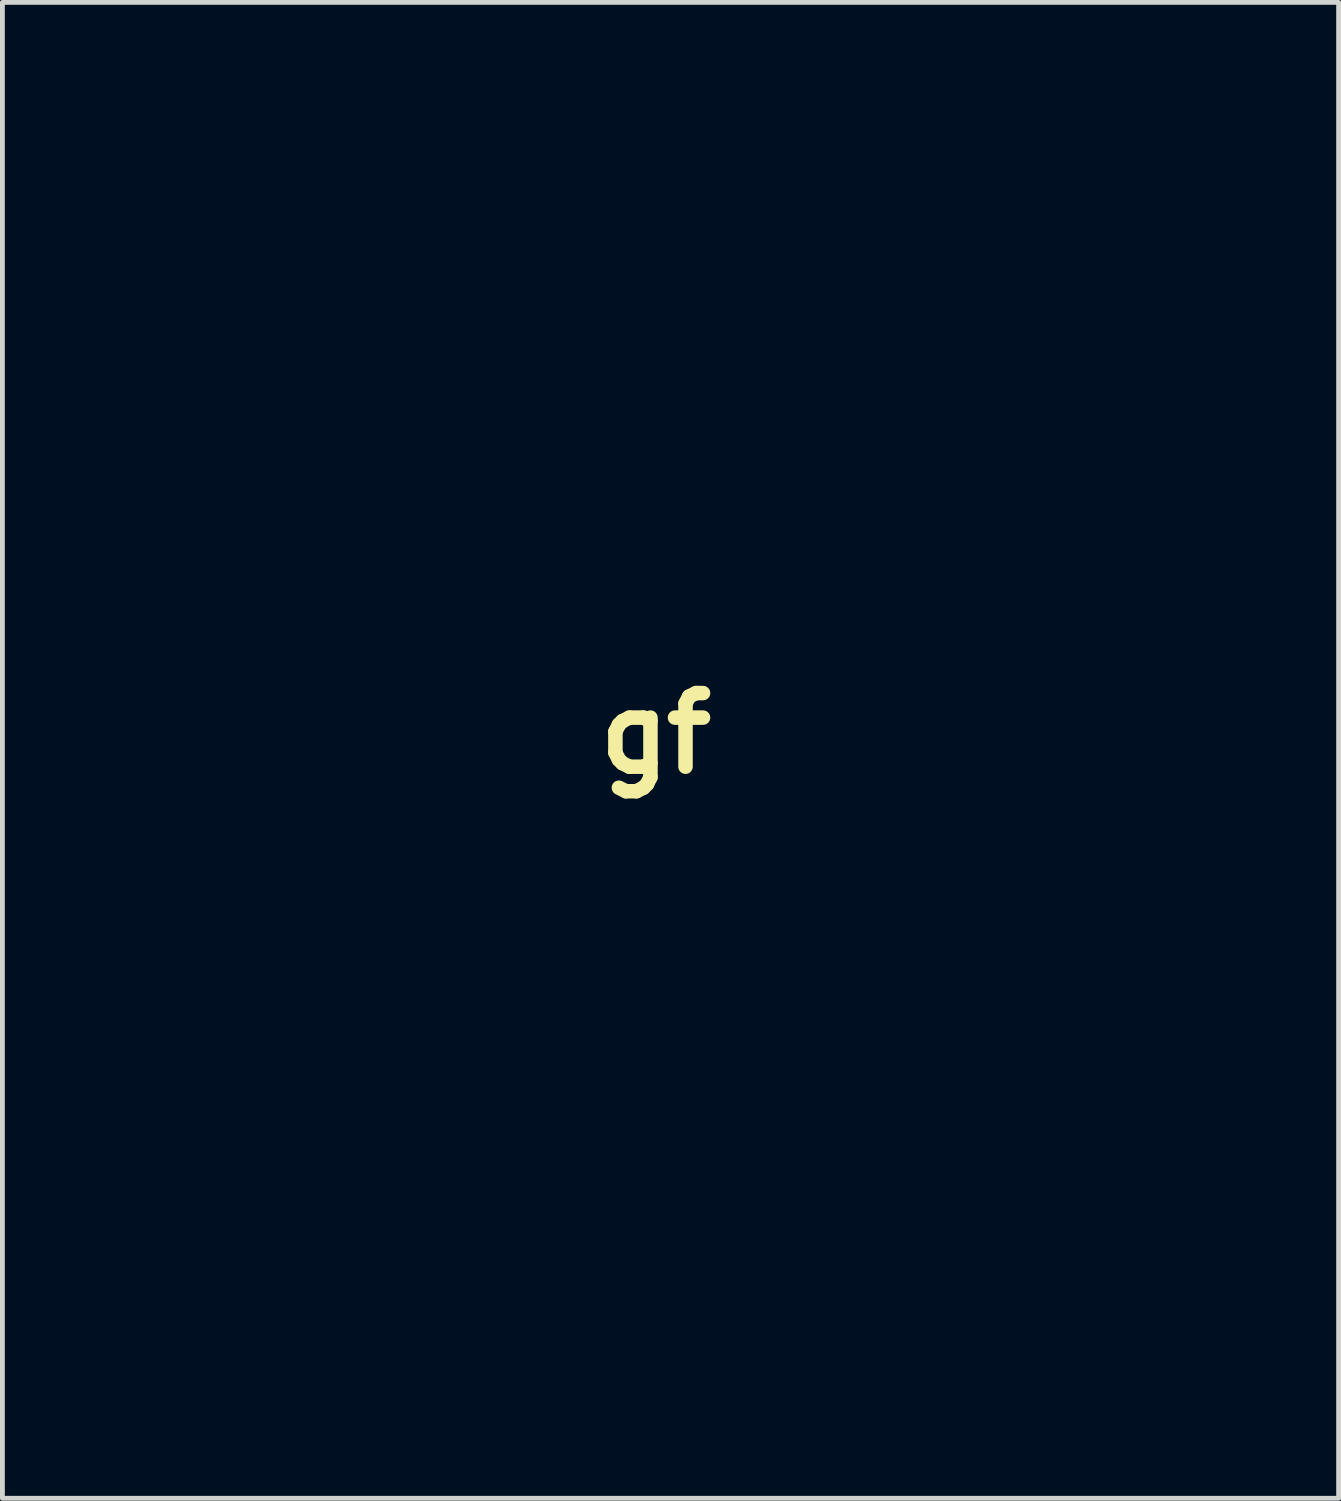
<source format=kicad_pcb>
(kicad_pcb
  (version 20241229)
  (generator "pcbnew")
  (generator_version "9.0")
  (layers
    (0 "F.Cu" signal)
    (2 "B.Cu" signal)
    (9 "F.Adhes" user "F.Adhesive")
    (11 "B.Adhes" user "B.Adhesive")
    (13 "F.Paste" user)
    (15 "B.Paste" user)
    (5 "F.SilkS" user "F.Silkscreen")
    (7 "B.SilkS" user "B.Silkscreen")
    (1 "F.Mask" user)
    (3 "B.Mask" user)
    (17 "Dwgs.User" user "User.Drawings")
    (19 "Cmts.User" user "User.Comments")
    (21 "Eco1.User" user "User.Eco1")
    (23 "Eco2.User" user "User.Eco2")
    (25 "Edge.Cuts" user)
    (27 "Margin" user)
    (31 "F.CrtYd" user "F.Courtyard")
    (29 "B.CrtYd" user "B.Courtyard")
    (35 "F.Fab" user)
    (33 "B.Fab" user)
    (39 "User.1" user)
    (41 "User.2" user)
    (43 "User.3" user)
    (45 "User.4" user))
  (footprint "gf"
    (layer "F.Cu")
    (at 10.525 12.133)
    (property "Reference" "gf" (at 0 0 0) (layer "F.SilkS") (effects (font (size 1.524 1.524) (thickness 0.3))))
    (attr through_hole)
    (fp_poly (pts (xy -5.207 8.128) (xy -4.191 8.128) (xy -4.191 8.805) (xy -6.096 8.805) (xy -6.096 5.546) (xy -5.207 5.546) (xy -5.207 8.128)) (stroke (width 0.01) (type solid)) (fill yes) (layer "F.Mask"))
    (fp_poly (pts (xy 3.589 5.895) (xy 3.577 6.244) (xy 3.143 6.256) (xy 2.709 6.268) (xy 2.709 8.805) (xy 1.82 8.805) (xy 1.82 6.265) (xy 0.931 6.265) (xy 0.931 5.546) (xy 3.602 5.546) (xy 3.589 5.895)) (stroke (width 0.01) (type solid)) (fill yes) (layer "F.Mask"))
    (fp_poly (pts (xy -4.072 9.811) (xy -4.085 10.054) (xy -5.419 10.054) (xy -5.419 10.509) (xy -5.419 10.964) (xy -4.318 10.964) (xy -4.318 11.43) (xy -5.419 11.43) (xy -5.419 12.827) (xy -6.054 12.827) (xy -6.054 9.567) (xy -4.06 9.567) (xy -4.072 9.811)) (stroke (width 0.01) (type solid)) (fill yes) (layer "F.Mask"))
    (fp_poly (pts (xy -0.096 -6.178) (xy -0.086 -6.109) (xy -0.085 -6.007) (xy -0.087 -5.888) (xy -0.092 -5.813) (xy -0.095 -5.8) (xy -0.121 -5.833) (xy -0.172 -5.917) (xy -0.197 -5.96) (xy -0.288 -6.119) (xy -0.186 -6.167) (xy -0.126 -6.191) (xy -0.096 -6.178)) (stroke (width 0.01) (type solid)) (fill yes) (layer "F.Mask"))
    (fp_poly (pts (xy 6.689 10.075) (xy 5.373 10.075) (xy 5.397 10.932) (xy 5.98 10.931) (xy 6.562 10.929) (xy 6.562 11.43) (xy 5.376 11.43) (xy 5.376 12.319) (xy 6.689 12.319) (xy 6.689 12.827) (xy 4.784 12.827) (xy 4.784 9.567) (xy 6.689 9.567) (xy 6.689 10.075)) (stroke (width 0.01) (type solid)) (fill yes) (layer "F.Mask"))
    (fp_poly (pts (xy 6.858 6.265) (xy 5.673 6.265) (xy 5.673 6.816) (xy 6.735 6.816) (xy 6.71 7.472) (xy 6.191 7.484) (xy 5.673 7.496) (xy 5.673 8.086) (xy 6.858 8.086) (xy 6.858 8.805) (xy 4.741 8.805) (xy 4.741 5.546) (xy 6.858 5.546) (xy 6.858 6.265)) (stroke (width 0.01) (type solid)) (fill yes) (layer "F.Mask"))
    (fp_poly (pts (xy 3.217 10.081) (xy 2.572 10.071) (xy 1.926 10.062) (xy 1.926 10.94) (xy 2.508 10.928) (xy 3.09 10.915) (xy 3.09 11.43) (xy 1.905 11.43) (xy 1.905 12.319) (xy 3.217 12.319) (xy 3.217 12.827) (xy 1.312 12.827) (xy 1.312 9.567) (xy 3.217 9.567) (xy 3.217 10.081)) (stroke (width 0.01) (type solid)) (fill yes) (layer "F.Mask"))
    (fp_poly (pts (xy 0.542 -4.931) (xy 0.642 -4.929) (xy 0.677 -4.926) (xy 0.663 -4.888) (xy 0.626 -4.799) (xy 0.61 -4.761) (xy 0.577 -4.64) (xy 0.547 -4.456) (xy 0.523 -4.227) (xy 0.515 -4.106) (xy 0.487 -3.611) (xy 0.318 -3.884) (xy 0.194 -4.058) (xy 0.041 -4.243) (xy -0.095 -4.383) (xy -0.21 -4.493) (xy -0.295 -4.58) (xy -0.337 -4.629) (xy -0.339 -4.633) (xy -0.302 -4.65) (xy -0.217 -4.657) (xy -0.109 -4.68) (xy 0.004 -4.739) (xy 0.092 -4.813) (xy 0.127 -4.882) (xy 0.169 -4.913) (xy 0.293 -4.929) (xy 0.402 -4.932) (xy 0.542 -4.931)) (stroke (width 0.01) (type solid)) (fill yes) (layer "F.Mask"))
    (fp_poly (pts (xy -1.118 -9.647) (xy -0.967 -9.547) (xy -0.829 -9.44) (xy -0.49 -9.133) (xy -0.213 -8.801) (xy -0.013 -8.467) (xy 0.082 -8.185) (xy 0.123 -7.854) (xy 0.111 -7.486) (xy 0.047 -7.097) (xy -0.069 -6.701) (xy -0.1 -6.618) (xy -0.168 -6.468) (xy -0.238 -6.385) (xy -0.326 -6.366) (xy -0.446 -6.41) (xy -0.614 -6.512) (xy -0.623 -6.518) (xy -0.847 -6.689) (xy -1.069 -6.897) (xy -1.269 -7.12) (xy -1.428 -7.337) (xy -1.496 -7.458) (xy -1.616 -7.8) (xy -1.667 -8.184) (xy -1.65 -8.605) (xy -1.564 -9.055) (xy -1.432 -9.471) (xy -1.374 -9.6) (xy -1.31 -9.673) (xy -1.229 -9.689) (xy -1.118 -9.647)) (stroke (width 0.01) (type solid)) (fill yes) (layer "F.Mask"))
    (fp_poly (pts (xy 11.134 8.805) (xy 10.252 8.805) (xy 10.132 8.638) (xy 10.072 8.551) (xy 9.975 8.406) (xy 9.851 8.219) (xy 9.71 8.003) (xy 9.559 7.772) (xy 9.546 7.751) (xy 9.404 7.533) (xy 9.276 7.341) (xy 9.169 7.186) (xy 9.092 7.08) (xy 9.052 7.031) (xy 9.049 7.029) (xy 9.039 7.069) (xy 9.031 7.181) (xy 9.024 7.353) (xy 9.019 7.573) (xy 9.017 7.828) (xy 9.017 7.916) (xy 9.017 8.805) (xy 8.128 8.805) (xy 8.128 5.546) (xy 8.583 5.546) (xy 9.038 5.546) (xy 9.631 6.463) (xy 10.223 7.38) (xy 10.235 6.463) (xy 10.246 5.546) (xy 11.134 5.546) (xy 11.134 8.805)) (stroke (width 0.01) (type solid)) (fill yes) (layer "F.Mask"))
    (fp_poly (pts (xy -0.368 -2.63) (xy -0.01 -2.492) (xy 0.307 -2.281) (xy 0.478 -2.119) (xy 0.635 -1.936) (xy 0.776 -1.746) (xy 0.892 -1.564) (xy 0.972 -1.407) (xy 1.008 -1.291) (xy 1.008 -1.261) (xy 0.957 -1.182) (xy 0.835 -1.111) (xy 0.659 -1.049) (xy 0.442 -0.999) (xy 0.199 -0.963) (xy -0.055 -0.943) (xy -0.306 -0.941) (xy -0.538 -0.959) (xy -0.737 -1) (xy -0.766 -1.009) (xy -1.083 -1.156) (xy -1.393 -1.38) (xy -1.689 -1.677) (xy -1.945 -2.011) (xy -2.056 -2.187) (xy -2.112 -2.317) (xy -2.105 -2.411) (xy -2.031 -2.483) (xy -1.884 -2.543) (xy -1.672 -2.601) (xy -1.2 -2.684) (xy -0.765 -2.694) (xy -0.368 -2.63)) (stroke (width 0.01) (type solid)) (fill yes) (layer "F.Mask"))
    (fp_poly (pts (xy 2.633 -5.978) (xy 2.685 -5.887) (xy 2.715 -5.724) (xy 2.728 -5.573) (xy 2.727 -5.153) (xy 2.662 -4.749) (xy 2.539 -4.378) (xy 2.361 -4.057) (xy 2.323 -4.004) (xy 2.156 -3.829) (xy 1.929 -3.651) (xy 1.663 -3.483) (xy 1.381 -3.34) (xy 1.106 -3.235) (xy 0.936 -3.19) (xy 0.829 -3.18) (xy 0.769 -3.204) (xy 0.746 -3.24) (xy 0.721 -3.353) (xy 0.702 -3.526) (xy 0.692 -3.733) (xy 0.691 -3.948) (xy 0.699 -4.148) (xy 0.711 -4.258) (xy 0.803 -4.633) (xy 0.969 -4.971) (xy 1.209 -5.273) (xy 1.525 -5.541) (xy 1.918 -5.774) (xy 2.214 -5.907) (xy 2.41 -5.98) (xy 2.545 -6.007) (xy 2.633 -5.978)) (stroke (width 0.01) (type solid)) (fill yes) (layer "F.Mask"))
    (fp_poly (pts (xy -1.89 -6.795) (xy -1.512 -6.732) (xy -1.191 -6.626) (xy -0.916 -6.471) (xy -0.694 -6.279) (xy -0.477 -6.01) (xy -0.289 -5.683) (xy -0.141 -5.326) (xy -0.066 -5.051) (xy -0.053 -4.963) (xy -0.079 -4.915) (xy -0.163 -4.881) (xy -0.198 -4.871) (xy -0.361 -4.844) (xy -0.579 -4.832) (xy -0.826 -4.834) (xy -1.073 -4.85) (xy -1.295 -4.88) (xy -1.344 -4.89) (xy -1.696 -5.005) (xy -2.007 -5.19) (xy -2.26 -5.421) (xy -2.417 -5.618) (xy -2.578 -5.867) (xy -2.724 -6.138) (xy -2.84 -6.399) (xy -2.878 -6.507) (xy -2.909 -6.625) (xy -2.908 -6.708) (xy -2.867 -6.763) (xy -2.774 -6.796) (xy -2.619 -6.811) (xy -2.392 -6.815) (xy -2.334 -6.815) (xy -1.89 -6.795)) (stroke (width 0.01) (type solid)) (fill yes) (layer "F.Mask"))
    (fp_poly (pts (xy 1.238 -1.205) (xy 1.305 -1.14) (xy 1.375 -1.007) (xy 1.444 -0.821) (xy 1.507 -0.596) (xy 1.561 -0.35) (xy 1.601 -0.096) (xy 1.624 0.149) (xy 1.627 0.254) (xy 1.616 0.536) (xy 1.572 0.753) (xy 1.489 0.918) (xy 1.36 1.047) (xy 1.185 1.15) (xy 0.917 1.25) (xy 0.655 1.291) (xy 0.434 1.272) (xy 0.284 1.223) (xy 0.196 1.16) (xy 0.173 1.076) (xy 0.216 0.964) (xy 0.325 0.818) (xy 0.502 0.631) (xy 0.546 0.588) (xy 0.758 0.37) (xy 0.91 0.18) (xy 1.011 -0.002) (xy 1.069 -0.198) (xy 1.095 -0.429) (xy 1.096 -0.709) (xy 1.095 -0.937) (xy 1.106 -1.091) (xy 1.132 -1.18) (xy 1.177 -1.214) (xy 1.238 -1.205)) (stroke (width 0.01) (type solid)) (fill yes) (layer "F.Mask"))
    (fp_poly (pts (xy -1.454 -4.677) (xy -1.256 -4.672) (xy -1.108 -4.662) (xy -0.991 -4.644) (xy -0.888 -4.618) (xy -0.781 -4.581) (xy -0.78 -4.58) (xy -0.454 -4.411) (xy -0.162 -4.166) (xy 0.094 -3.845) (xy 0.299 -3.481) (xy 0.389 -3.279) (xy 0.439 -3.138) (xy 0.45 -3.045) (xy 0.427 -2.987) (xy 0.415 -2.977) (xy 0.318 -2.934) (xy 0.156 -2.898) (xy -0.051 -2.871) (xy -0.285 -2.852) (xy -0.524 -2.845) (xy -0.749 -2.85) (xy -0.941 -2.869) (xy -0.982 -2.876) (xy -1.289 -2.977) (xy -1.591 -3.152) (xy -1.876 -3.393) (xy -2.133 -3.689) (xy -2.351 -4.032) (xy -2.367 -4.062) (xy -2.465 -4.258) (xy -2.525 -4.407) (xy -2.539 -4.516) (xy -2.501 -4.591) (xy -2.406 -4.639) (xy -2.245 -4.665) (xy -2.012 -4.676) (xy -1.719 -4.678) (xy -1.454 -4.677)) (stroke (width 0.01) (type solid)) (fill yes) (layer "F.Mask"))
    (fp_poly (pts (xy 1.85 -8.057) (xy 1.918 -7.997) (xy 1.962 -7.878) (xy 1.988 -7.691) (xy 2 -7.43) (xy 2.004 -7.239) (xy 2.002 -6.961) (xy 1.989 -6.748) (xy 1.964 -6.58) (xy 1.937 -6.477) (xy 1.797 -6.154) (xy 1.585 -5.861) (xy 1.298 -5.594) (xy 0.932 -5.35) (xy 0.756 -5.254) (xy 0.568 -5.16) (xy 0.438 -5.106) (xy 0.354 -5.087) (xy 0.3 -5.103) (xy 0.263 -5.149) (xy 0.258 -5.157) (xy 0.212 -5.287) (xy 0.174 -5.479) (xy 0.147 -5.709) (xy 0.134 -5.955) (xy 0.136 -6.194) (xy 0.136 -6.201) (xy 0.176 -6.537) (xy 0.262 -6.827) (xy 0.404 -7.086) (xy 0.611 -7.332) (xy 0.888 -7.578) (xy 1.046 -7.693) (xy 1.242 -7.819) (xy 1.434 -7.929) (xy 1.451 -7.938) (xy 1.622 -8.02) (xy 1.753 -8.062) (xy 1.85 -8.057)) (stroke (width 0.01) (type solid)) (fill yes) (layer "F.Mask"))
    (fp_poly (pts (xy 3.306 -3.935) (xy 3.311 -3.932) (xy 3.352 -3.904) (xy 3.376 -3.862) (xy 3.384 -3.788) (xy 3.38 -3.662) (xy 3.369 -3.504) (xy 3.308 -3.04) (xy 3.198 -2.641) (xy 3.034 -2.303) (xy 2.815 -2.019) (xy 2.537 -1.785) (xy 2.223 -1.607) (xy 2.02 -1.521) (xy 1.797 -1.442) (xy 1.6 -1.385) (xy 1.579 -1.38) (xy 1.4 -1.341) (xy 1.287 -1.321) (xy 1.22 -1.318) (xy 1.184 -1.332) (xy 1.159 -1.362) (xy 1.158 -1.365) (xy 1.138 -1.448) (xy 1.131 -1.593) (xy 1.137 -1.779) (xy 1.153 -1.987) (xy 1.179 -2.194) (xy 1.213 -2.38) (xy 1.23 -2.45) (xy 1.341 -2.752) (xy 1.497 -3.032) (xy 1.684 -3.265) (xy 1.77 -3.345) (xy 1.937 -3.463) (xy 2.143 -3.581) (xy 2.371 -3.692) (xy 2.607 -3.79) (xy 2.834 -3.87) (xy 3.037 -3.924) (xy 3.199 -3.948) (xy 3.306 -3.935)) (stroke (width 0.01) (type solid)) (fill yes) (layer "F.Mask"))
    (fp_poly (pts (xy 0.682 -3.018) (xy 0.686 -3.014) (xy 0.78 -2.972) (xy 0.919 -2.968) (xy 1.073 -3.003) (xy 1.083 -3.007) (xy 1.183 -3.035) (xy 1.216 -3.013) (xy 1.186 -2.938) (xy 1.172 -2.914) (xy 1.131 -2.825) (xy 1.084 -2.682) (xy 1.04 -2.515) (xy 1.036 -2.498) (xy 0.997 -2.326) (xy 0.961 -2.171) (xy 0.937 -2.064) (xy 0.936 -2.059) (xy 0.908 -1.937) (xy 0.755 -2.122) (xy 0.633 -2.255) (xy 0.483 -2.397) (xy 0.388 -2.477) (xy 0.277 -2.567) (xy 0.261 -2.582) (xy 0.578 -2.582) (xy 0.68 -2.474) (xy 0.781 -2.366) (xy 0.807 -2.463) (xy 0.838 -2.582) (xy 0.862 -2.678) (xy 0.866 -2.768) (xy 0.825 -2.793) (xy 0.747 -2.753) (xy 0.677 -2.688) (xy 0.578 -2.582) (xy 0.261 -2.582) (xy 0.199 -2.639) (xy 0.171 -2.673) (xy 0.207 -2.697) (xy 0.298 -2.723) (xy 0.328 -2.729) (xy 0.496 -2.785) (xy 0.602 -2.875) (xy 0.635 -2.978) (xy 0.645 -3.036) (xy 0.682 -3.018)) (stroke (width 0.01) (type solid)) (fill yes) (layer "F.Mask"))
    (fp_poly (pts (xy -2.117 6.509) (xy -2.115 6.795) (xy -2.11 7.06) (xy -2.102 7.291) (xy -2.092 7.472) (xy -2.081 7.588) (xy -2.075 7.616) (xy -1.996 7.797) (xy -1.878 7.907) (xy -1.708 7.955) (xy -1.628 7.959) (xy -1.417 7.93) (xy -1.264 7.842) (xy -1.166 7.691) (xy -1.145 7.629) (xy -1.132 7.541) (xy -1.121 7.384) (xy -1.112 7.171) (xy -1.105 6.917) (xy -1.101 6.637) (xy -1.101 6.509) (xy -1.101 5.546) (xy -0.207 5.546) (xy -0.22 6.699) (xy -0.224 7.046) (xy -0.229 7.318) (xy -0.235 7.528) (xy -0.243 7.687) (xy -0.254 7.805) (xy -0.269 7.894) (xy -0.289 7.964) (xy -0.314 8.027) (xy -0.322 8.045) (xy -0.493 8.319) (xy -0.723 8.539) (xy -1.002 8.7) (xy -1.319 8.797) (xy -1.666 8.826) (xy -1.939 8.801) (xy -2.251 8.708) (xy -2.517 8.547) (xy -2.731 8.322) (xy -2.887 8.039) (xy -2.946 7.862) (xy -2.967 7.752) (xy -2.983 7.595) (xy -2.994 7.381) (xy -3.002 7.103) (xy -3.005 6.752) (xy -3.005 6.593) (xy -3.006 5.546) (xy -2.117 5.546) (xy -2.117 6.509)) (stroke (width 0.01) (type solid)) (fill yes) (layer "F.Mask"))
    (fp_poly (pts (xy -1.789 9.569) (xy -1.474 9.572) (xy -1.23 9.581) (xy -1.041 9.599) (xy -0.894 9.628) (xy -0.774 9.671) (xy -0.666 9.73) (xy -0.571 9.798) (xy -0.4 9.979) (xy -0.282 10.218) (xy -0.223 10.5) (xy -0.223 10.501) (xy -0.217 10.667) (xy -0.241 10.807) (xy -0.304 10.967) (xy -0.308 10.978) (xy -0.43 11.174) (xy -0.594 11.342) (xy -0.777 11.46) (xy -0.9 11.502) (xy -0.984 11.523) (xy -1.016 11.539) (xy -1.006 11.559) (xy -0.974 11.614) (xy -0.916 11.709) (xy -0.828 11.85) (xy -0.706 12.043) (xy -0.548 12.294) (xy -0.348 12.61) (xy -0.31 12.67) (xy -0.208 12.831) (xy -0.536 12.818) (xy -0.864 12.806) (xy -1.249 12.192) (xy -1.389 11.969) (xy -1.494 11.807) (xy -1.573 11.697) (xy -1.633 11.628) (xy -1.684 11.59) (xy -1.735 11.572) (xy -1.79 11.565) (xy -1.947 11.552) (xy -1.947 12.827) (xy -2.54 12.827) (xy -2.54 11.091) (xy -1.947 11.091) (xy -1.556 11.091) (xy -1.35 11.087) (xy -1.206 11.073) (xy -1.102 11.045) (xy -1.029 11.009) (xy -0.911 10.889) (xy -0.853 10.714) (xy -0.858 10.488) (xy -0.861 10.47) (xy -0.909 10.316) (xy -1.002 10.204) (xy -1.15 10.13) (xy -1.36 10.088) (xy -1.64 10.076) (xy -1.947 10.075) (xy -1.947 11.091) (xy -2.54 11.091) (xy -2.54 9.567) (xy -1.789 9.569)) (stroke (width 0.01) (type solid)) (fill yes) (layer "F.Mask"))
    (fp_poly (pts (xy -8.613 5.538) (xy -8.259 5.626) (xy -7.963 5.775) (xy -7.718 5.986) (xy -7.703 6.002) (xy -7.609 6.128) (xy -7.525 6.275) (xy -7.461 6.419) (xy -7.428 6.539) (xy -7.433 6.609) (xy -7.482 6.625) (xy -7.597 6.637) (xy -7.759 6.645) (xy -7.891 6.646) (xy -8.092 6.645) (xy -8.226 6.637) (xy -8.312 6.621) (xy -8.368 6.593) (xy -8.407 6.557) (xy -8.579 6.425) (xy -8.783 6.358) (xy -8.999 6.354) (xy -9.208 6.412) (xy -9.39 6.528) (xy -9.52 6.689) (xy -9.606 6.912) (xy -9.639 7.159) (xy -9.62 7.406) (xy -9.549 7.626) (xy -9.469 7.753) (xy -9.302 7.894) (xy -9.092 7.981) (xy -8.862 8.014) (xy -8.632 7.992) (xy -8.422 7.914) (xy -8.255 7.781) (xy -8.248 7.774) (xy -8.188 7.692) (xy -8.174 7.636) (xy -8.215 7.602) (xy -8.32 7.584) (xy -8.498 7.578) (xy -8.59 7.578) (xy -9.01 7.578) (xy -9.024 7.278) (xy -9.029 7.128) (xy -9.028 7.014) (xy -9.021 6.961) (xy -9.021 6.96) (xy -8.975 6.955) (xy -8.857 6.95) (xy -8.682 6.946) (xy -8.462 6.944) (xy -8.21 6.943) (xy -8.184 6.943) (xy -7.366 6.943) (xy -7.366 7.394) (xy -7.367 7.598) (xy -7.374 7.739) (xy -7.391 7.84) (xy -7.423 7.924) (xy -7.474 8.013) (xy -7.498 8.051) (xy -7.698 8.302) (xy -7.947 8.524) (xy -8.204 8.682) (xy -8.396 8.746) (xy -8.642 8.786) (xy -8.913 8.801) (xy -9.181 8.79) (xy -9.418 8.753) (xy -9.52 8.723) (xy -9.669 8.662) (xy -9.802 8.6) (xy -9.859 8.568) (xy -10.035 8.425) (xy -10.21 8.231) (xy -10.357 8.017) (xy -10.41 7.916) (xy -10.458 7.807) (xy -10.489 7.706) (xy -10.508 7.592) (xy -10.517 7.441) (xy -10.52 7.233) (xy -10.52 7.176) (xy -10.518 6.953) (xy -10.511 6.793) (xy -10.495 6.672) (xy -10.467 6.567) (xy -10.422 6.456) (xy -10.398 6.404) (xy -10.215 6.102) (xy -9.974 5.858) (xy -9.684 5.676) (xy -9.353 5.56) (xy -8.989 5.513) (xy -8.613 5.538)) (stroke (width 0.01) (type solid)) (fill yes) (layer "F.Mask"))
    (fp_poly (pts (xy 0.758 -12.128) (xy 1.024 -12.124) (xy 1.239 -12.117) (xy 1.417 -12.105) (xy 1.577 -12.087) (xy 1.733 -12.063) (xy 1.901 -12.031) (xy 2.705 -11.826) (xy 3.474 -11.547) (xy 4.205 -11.196) (xy 4.892 -10.774) (xy 5.531 -10.285) (xy 6.097 -9.752) (xy 6.275 -9.562) (xy 6.445 -9.37) (xy 6.597 -9.188) (xy 6.723 -9.029) (xy 6.812 -8.904) (xy 6.855 -8.825) (xy 6.858 -8.812) (xy 6.888 -8.759) (xy 6.895 -8.756) (xy 6.946 -8.708) (xy 7.026 -8.597) (xy 7.127 -8.438) (xy 7.242 -8.243) (xy 7.362 -8.026) (xy 7.479 -7.801) (xy 7.519 -7.72) (xy 7.746 -7.2) (xy 7.947 -6.633) (xy 8.11 -6.056) (xy 8.178 -5.753) (xy 8.211 -5.584) (xy 8.235 -5.427) (xy 8.253 -5.268) (xy 8.265 -5.088) (xy 8.272 -4.873) (xy 8.275 -4.606) (xy 8.276 -4.276) (xy 8.275 -3.941) (xy 8.272 -3.675) (xy 8.265 -3.46) (xy 8.253 -3.282) (xy 8.235 -3.122) (xy 8.21 -2.966) (xy 8.178 -2.798) (xy 7.974 -1.995) (xy 7.697 -1.23) (xy 7.349 -0.507) (xy 6.936 0.171) (xy 6.46 0.8) (xy 5.925 1.376) (xy 5.335 1.895) (xy 4.694 2.355) (xy 4.006 2.751) (xy 3.273 3.079) (xy 2.5 3.336) (xy 1.924 3.474) (xy 1.739 3.509) (xy 1.557 3.534) (xy 1.36 3.553) (xy 1.131 3.566) (xy 0.851 3.574) (xy 0.55 3.579) (xy 0.273 3.582) (xy 0.018 3.582) (xy -0.201 3.581) (xy -0.369 3.578) (xy -0.471 3.573) (xy -0.487 3.572) (xy -1.33 3.412) (xy -2.123 3.187) (xy -2.868 2.893) (xy -3.569 2.529) (xy -4.229 2.094) (xy -4.851 1.586) (xy -5.053 1.398) (xy -5.605 0.809) (xy -5.649 0.752) (xy -4.286 0.752) (xy -3.89 1.058) (xy -3.225 1.518) (xy -2.519 1.906) (xy -1.775 2.218) (xy -1 2.454) (xy -0.704 2.521) (xy -0.163 2.601) (xy 0.412 2.627) (xy 0.991 2.6) (xy 1.542 2.52) (xy 2.314 2.322) (xy 3.06 2.045) (xy 3.772 1.695) (xy 4.442 1.274) (xy 4.721 1.068) (xy 5.233 0.619) (xy 5.701 0.103) (xy 6.122 -0.473) (xy 6.49 -1.099) (xy 6.801 -1.768) (xy 7.049 -2.471) (xy 7.23 -3.201) (xy 7.235 -3.23) (xy 7.317 -3.872) (xy 7.321 -4.534) (xy 7.249 -5.209) (xy 7.104 -5.888) (xy 6.887 -6.564) (xy 6.6 -7.229) (xy 6.246 -7.875) (xy 5.827 -8.496) (xy 5.806 -8.523) (xy 5.491 -8.941) (xy 4.201 -7.651) (xy 2.911 -6.361) (xy 3.005 -6.233) (xy 3.039 -6.184) (xy 3.063 -6.133) (xy 3.078 -6.067) (xy 3.087 -5.972) (xy 3.09 -5.834) (xy 3.088 -5.641) (xy 3.082 -5.379) (xy 3.081 -5.328) (xy 3.072 -5.061) (xy 3.059 -4.823) (xy 3.044 -4.628) (xy 3.027 -4.491) (xy 3.014 -4.434) (xy 2.965 -4.318) (xy 3.235 -4.318) (xy 3.385 -4.315) (xy 3.481 -4.298) (xy 3.553 -4.255) (xy 3.63 -4.175) (xy 3.642 -4.162) (xy 3.778 -4.007) (xy 3.75 -3.517) (xy 3.712 -3.093) (xy 3.651 -2.736) (xy 3.559 -2.432) (xy 3.433 -2.166) (xy 3.265 -1.923) (xy 3.073 -1.71) (xy 2.764 -1.441) (xy 2.431 -1.237) (xy 2.046 -1.08) (xy 2.038 -1.077) (xy 1.908 -1.029) (xy 1.847 -0.987) (xy 1.842 -0.941) (xy 1.843 -0.936) (xy 1.888 -0.792) (xy 1.932 -0.588) (xy 1.973 -0.35) (xy 2.005 -0.103) (xy 2.026 0.127) (xy 2.031 0.278) (xy 2.021 0.572) (xy 1.986 0.804) (xy 1.918 0.993) (xy 1.811 1.16) (xy 1.684 1.3) (xy 1.537 1.436) (xy 1.403 1.532) (xy 1.263 1.594) (xy 1.096 1.631) (xy 0.882 1.647) (xy 0.636 1.651) (xy 0.127 1.651) (xy -0.042 1.498) (xy -0.133 1.411) (xy -0.184 1.339) (xy -0.206 1.251) (xy -0.212 1.118) (xy -0.212 1.067) (xy -0.212 0.789) (xy 0.142 0.426) (xy 0.358 0.193) (xy 0.514 -0.007) (xy 0.619 -0.188) (xy 0.683 -0.366) (xy 0.704 -0.468) (xy 0.719 -0.58) (xy 0.71 -0.626) (xy 0.668 -0.628) (xy 0.631 -0.618) (xy 0.552 -0.605) (xy 0.407 -0.591) (xy 0.217 -0.577) (xy -0.001 -0.565) (xy -0.048 -0.563) (xy -0.293 -0.554) (xy -0.475 -0.553) (xy -0.616 -0.562) (xy -0.739 -0.581) (xy -0.865 -0.612) (xy -0.923 -0.629) (xy -1.229 -0.757) (xy -1.425 -0.889) (xy -1.573 -1.009) (xy -1.743 -1.147) (xy -1.866 -1.245) (xy -2.102 -1.433) (xy -3.194 -0.341) (xy -4.286 0.752) (xy -5.649 0.752) (xy -6.092 0.168) (xy -6.511 -0.52) (xy -6.86 -1.252) (xy -7.136 -2.023) (xy -7.332 -2.798) (xy -7.364 -2.968) (xy -7.389 -3.124) (xy -7.406 -3.284) (xy -7.418 -3.463) (xy -7.425 -3.678) (xy -7.429 -3.945) (xy -7.429 -4.276) (xy -7.429 -4.326) (xy -6.481 -4.326) (xy -6.453 -3.669) (xy -6.389 -3.23) (xy -6.252 -2.655) (xy -6.065 -2.071) (xy -5.836 -1.501) (xy -5.574 -0.964) (xy -5.288 -0.482) (xy -5.165 -0.303) (xy -5.033 -0.121) (xy -3.803 -1.319) (xy -3.534 -1.582) (xy -3.284 -1.83) (xy -3.059 -2.055) (xy -2.866 -2.25) (xy -2.712 -2.41) (xy -2.603 -2.527) (xy -2.546 -2.594) (xy -2.539 -2.605) (xy -2.491 -2.68) (xy -2.405 -2.776) (xy -2.305 -2.869) (xy -2.215 -2.939) (xy -2.159 -2.963) (xy -2.166 -2.995) (xy -2.215 -3.08) (xy -2.297 -3.205) (xy -2.372 -3.313) (xy -2.58 -3.615) (xy -2.734 -3.868) (xy -2.839 -4.085) (xy -2.899 -4.276) (xy -2.921 -4.452) (xy -2.921 -4.475) (xy -2.916 -4.622) (xy -2.894 -4.718) (xy -2.843 -4.795) (xy -2.783 -4.854) (xy -2.681 -4.944) (xy -2.592 -5.011) (xy -2.571 -5.023) (xy -2.538 -5.051) (xy -2.54 -5.092) (xy -2.585 -5.162) (xy -2.681 -5.278) (xy -2.689 -5.289) (xy -2.796 -5.431) (xy -2.916 -5.619) (xy -3.029 -5.82) (xy -3.071 -5.902) (xy -3.159 -6.089) (xy -3.215 -6.229) (xy -3.245 -6.348) (xy -3.258 -6.476) (xy -3.26 -6.604) (xy -3.258 -6.689) (xy -3.086 -6.689) (xy -3.079 -6.573) (xy -3.018 -6.27) (xy -2.885 -5.95) (xy -2.689 -5.626) (xy -2.435 -5.313) (xy -2.37 -5.243) (xy -2.224 -5.094) (xy -2.136 -4.995) (xy -2.106 -4.933) (xy -2.134 -4.897) (xy -2.222 -4.873) (xy -2.37 -4.85) (xy -2.392 -4.846) (xy -2.578 -4.792) (xy -2.696 -4.696) (xy -2.745 -4.558) (xy -2.727 -4.374) (xy -2.642 -4.142) (xy -2.556 -3.975) (xy -2.373 -3.668) (xy -2.19 -3.418) (xy -1.987 -3.2) (xy -1.814 -3.047) (xy -1.576 -2.848) (xy -1.836 -2.776) (xy -2.075 -2.685) (xy -2.236 -2.566) (xy -2.318 -2.421) (xy -2.328 -2.336) (xy -2.296 -2.201) (xy -2.208 -2.028) (xy -2.075 -1.83) (xy -1.907 -1.621) (xy -1.716 -1.412) (xy -1.514 -1.218) (xy -1.311 -1.052) (xy -1.133 -0.934) (xy -0.866 -0.821) (xy -0.543 -0.751) (xy -0.185 -0.726) (xy 0.19 -0.746) (xy 0.562 -0.812) (xy 0.609 -0.825) (xy 0.745 -0.856) (xy 0.845 -0.87) (xy 0.884 -0.865) (xy 0.897 -0.812) (xy 0.904 -0.7) (xy 0.904 -0.57) (xy 0.882 -0.348) (xy 0.823 -0.146) (xy 0.719 0.051) (xy 0.56 0.26) (xy 0.338 0.497) (xy 0.324 0.512) (xy 0.169 0.667) (xy 0.065 0.78) (xy 0.002 0.863) (xy -0.03 0.932) (xy -0.041 1.003) (xy -0.042 1.047) (xy -0.031 1.166) (xy 0.015 1.258) (xy 0.112 1.355) (xy 0.267 1.491) (xy 0.695 1.473) (xy 0.924 1.459) (xy 1.091 1.436) (xy 1.218 1.4) (xy 1.291 1.367) (xy 1.49 1.241) (xy 1.636 1.095) (xy 1.735 0.914) (xy 1.794 0.685) (xy 1.818 0.394) (xy 1.82 0.261) (xy 1.804 -0.065) (xy 1.758 -0.409) (xy 1.69 -0.741) (xy 1.603 -1.026) (xy 1.587 -1.069) (xy 1.586 -1.139) (xy 1.615 -1.159) (xy 1.973 -1.273) (xy 2.262 -1.385) (xy 2.499 -1.502) (xy 2.699 -1.632) (xy 2.878 -1.783) (xy 2.924 -1.828) (xy 3.142 -2.079) (xy 3.307 -2.351) (xy 3.425 -2.658) (xy 3.502 -3.014) (xy 3.542 -3.435) (xy 3.543 -3.461) (xy 3.553 -3.683) (xy 3.555 -3.836) (xy 3.549 -3.938) (xy 3.532 -4.004) (xy 3.504 -4.051) (xy 3.492 -4.064) (xy 3.378 -4.13) (xy 3.2 -4.148) (xy 2.968 -4.118) (xy 2.896 -4.101) (xy 2.778 -4.077) (xy 2.699 -4.071) (xy 2.683 -4.076) (xy 2.685 -4.125) (xy 2.717 -4.223) (xy 2.745 -4.291) (xy 2.829 -4.548) (xy 2.887 -4.868) (xy 2.915 -5.233) (xy 2.914 -5.559) (xy 2.905 -5.764) (xy 2.892 -5.903) (xy 2.872 -5.996) (xy 2.84 -6.061) (xy 2.796 -6.115) (xy 2.675 -6.199) (xy 2.522 -6.22) (xy 2.325 -6.178) (xy 2.255 -6.153) (xy 2.143 -6.116) (xy 2.068 -6.1) (xy 2.054 -6.102) (xy 2.056 -6.149) (xy 2.082 -6.248) (xy 2.102 -6.309) (xy 2.168 -6.566) (xy 2.207 -6.88) (xy 2.219 -7.231) (xy 2.203 -7.595) (xy 2.201 -7.617) (xy 2.178 -7.829) (xy 2.154 -7.974) (xy 2.124 -8.072) (xy 2.083 -8.139) (xy 2.067 -8.157) (xy 1.933 -8.241) (xy 1.755 -8.26) (xy 1.542 -8.217) (xy 1.301 -8.115) (xy 1.04 -7.958) (xy 0.765 -7.747) (xy 0.588 -7.586) (xy 0.35 -7.359) (xy 0.331 -7.826) (xy 0.32 -8.04) (xy 0.304 -8.196) (xy 0.278 -8.32) (xy 0.235 -8.439) (xy 0.17 -8.579) (xy 0.158 -8.602) (xy -0.037 -8.924) (xy -0.302 -9.247) (xy -0.624 -9.555) (xy -0.737 -9.649) (xy -0.88 -9.758) (xy -0.984 -9.823) (xy -1.077 -9.854) (xy -1.182 -9.863) (xy -1.216 -9.864) (xy -1.361 -9.854) (xy -1.459 -9.815) (xy -1.523 -9.759) (xy -1.615 -9.617) (xy -1.698 -9.404) (xy -1.766 -9.136) (xy -1.818 -8.826) (xy -1.848 -8.488) (xy -1.851 -8.422) (xy -1.856 -8.087) (xy -1.836 -7.815) (xy -1.787 -7.584) (xy -1.705 -7.375) (xy -1.586 -7.167) (xy -1.584 -7.164) (xy -1.438 -6.941) (xy -1.618 -6.974) (xy -1.73 -6.986) (xy -1.904 -6.996) (xy -2.116 -7.003) (xy -2.343 -7.006) (xy -2.356 -7.006) (xy -2.587 -7.005) (xy -2.749 -7) (xy -2.859 -6.989) (xy -2.932 -6.97) (xy -2.983 -6.941) (xy -3.006 -6.921) (xy -3.058 -6.864) (xy -3.083 -6.795) (xy -3.086 -6.689) (xy -3.258 -6.689) (xy -3.257 -6.769) (xy -3.244 -6.876) (xy -3.212 -6.953) (xy -3.154 -7.026) (xy -3.124 -7.057) (xy -2.989 -7.197) (xy -2.421 -7.197) (xy -2.193 -7.197) (xy -2.037 -7.201) (xy -1.94 -7.209) (xy -1.892 -7.223) (xy -1.878 -7.245) (xy -1.885 -7.271) (xy -1.942 -7.413) (xy -1.981 -7.542) (xy -2.007 -7.676) (xy -2.022 -7.839) (xy -2.028 -8.049) (xy -2.03 -8.255) (xy -2.015 -8.741) (xy -1.966 -9.153) (xy -1.882 -9.491) (xy -1.764 -9.761) (xy -1.635 -9.938) (xy -1.558 -10.013) (xy -1.485 -10.055) (xy -1.386 -10.072) (xy -1.236 -10.075) (xy -1.075 -10.07) (xy -0.962 -10.047) (xy -0.857 -9.993) (xy -0.768 -9.93) (xy -0.661 -9.842) (xy -0.515 -9.71) (xy -0.35 -9.553) (xy -0.188 -9.39) (xy 0.066 -9.111) (xy 0.254 -8.856) (xy 0.384 -8.612) (xy 0.464 -8.364) (xy 0.501 -8.125) (xy 0.529 -7.819) (xy 0.656 -7.925) (xy 0.921 -8.123) (xy 1.193 -8.283) (xy 1.454 -8.398) (xy 1.687 -8.459) (xy 1.787 -8.467) (xy 1.927 -8.46) (xy 2.026 -8.427) (xy 2.123 -8.353) (xy 2.168 -8.31) (xy 2.26 -8.205) (xy 2.319 -8.108) (xy 2.331 -8.066) (xy 2.346 -7.979) (xy 2.38 -7.846) (xy 2.409 -7.749) (xy 2.484 -7.519) (xy 4.672 -9.681) (xy 4.273 -9.944) (xy 3.613 -10.331) (xy 2.909 -10.657) (xy 2.178 -10.913) (xy 1.542 -11.072) (xy 0.878 -11.163) (xy 0.198 -11.174) (xy -0.493 -11.105) (xy -1.189 -10.958) (xy -1.884 -10.733) (xy -2.575 -10.431) (xy -3.102 -10.145) (xy -3.714 -9.742) (xy -4.261 -9.291) (xy -4.749 -8.783) (xy -5.185 -8.214) (xy -5.502 -7.708) (xy -5.842 -7.043) (xy -6.111 -6.365) (xy -6.308 -5.681) (xy -6.432 -4.999) (xy -6.481 -4.326) (xy -7.429 -4.326) (xy -7.429 -4.61) (xy -7.425 -4.877) (xy -7.418 -5.091) (xy -7.406 -5.27) (xy -7.388 -5.429) (xy -7.364 -5.586) (xy -7.332 -5.753) (xy -7.127 -6.558) (xy -6.849 -7.325) (xy -6.501 -8.049) (xy -6.086 -8.728) (xy -5.609 -9.357) (xy -5.073 -9.933) (xy -4.481 -10.452) (xy -3.838 -10.912) (xy -3.146 -11.307) (xy -2.409 -11.636) (xy -1.63 -11.893) (xy -1.054 -12.031) (xy -0.885 -12.063) (xy -0.728 -12.088) (xy -0.569 -12.105) (xy -0.389 -12.117) (xy -0.174 -12.124) (xy 0.093 -12.128) (xy 0.423 -12.129) (xy 0.758 -12.128)) (stroke (width 0.01) (type solid)) (fill yes) (layer "F.Mask")))
  (gr_rect
    (start -3 -3)
    (end 24.663 27.969)
    (stroke (width 0.1) (type default))
    (fill no)
    (layer "Edge.Cuts")))
</source>
